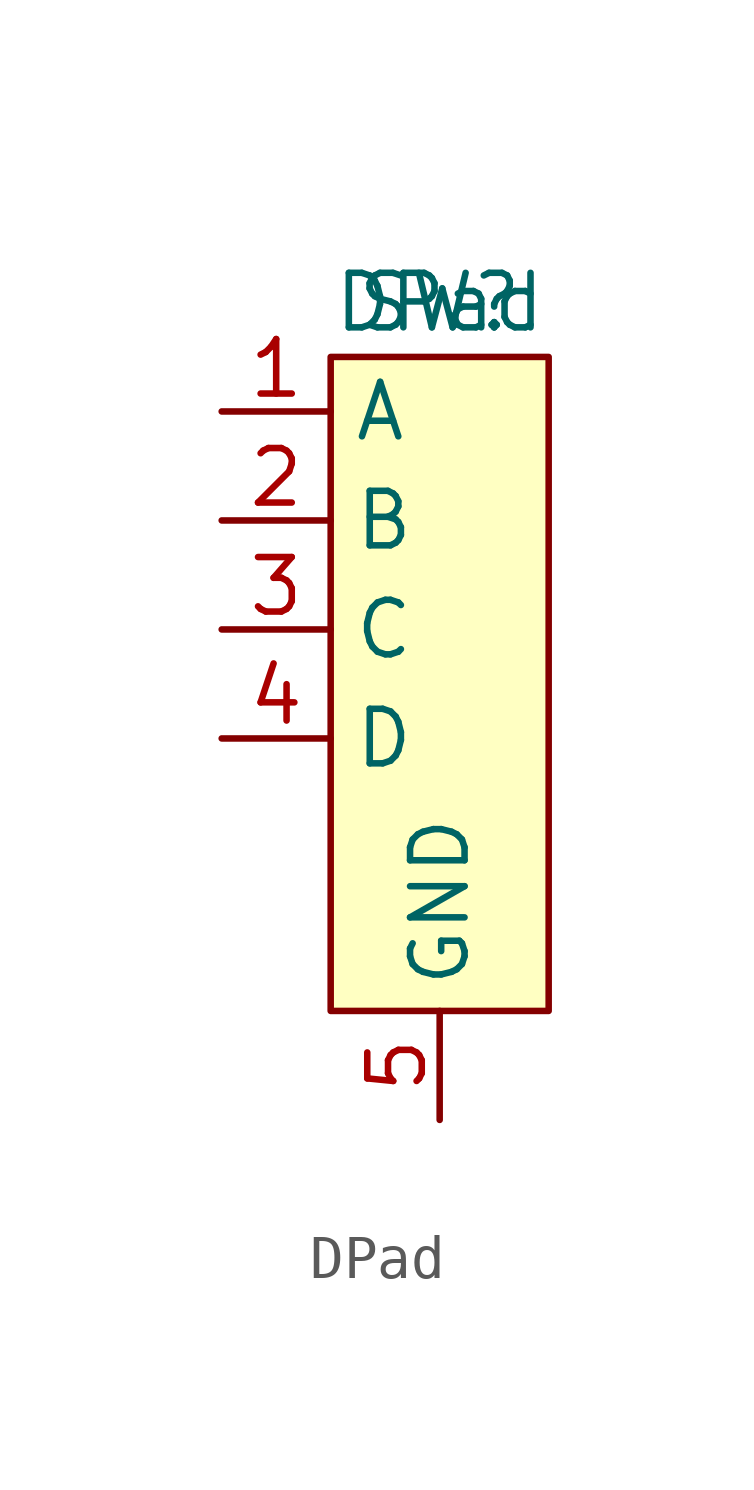
<source format=kicad_sym>
(kicad_symbol_lib
  (version 20220914)
  (generator kicad_symbol_editor)
  (symbol "DPad"
    (property "Reference" "SW"
      (at 0 0 0)
      (effects (font (size 1.27 1.27))))
    (property "Value" "DPad"
      (at 0 0 0)
      (effects (font (size 1.27 1.27))))
    (symbol "DPad_1_1"
      (rectangle (start -2.54 -1.27) (end 2.54 -16.51) (stroke (width 0) (type default)) (fill (type background)))
      (pin output line (at -5.08 -2.54 0) (length 2.54) (name "A" (effects (font (size 1.27 1.27)))) (number "1" (effects (font (size 1.27 1.27)))))
      (pin output line (at -5.08 -5.08 0) (length 2.54) (name "B" (effects (font (size 1.27 1.27)))) (number "2" (effects (font (size 1.27 1.27)))))
      (pin output line (at -5.08 -7.62 0) (length 2.54) (name "C" (effects (font (size 1.27 1.27)))) (number "3" (effects (font (size 1.27 1.27)))))
      (pin output line (at -5.08 -10.16 0) (length 2.54) (name "D" (effects (font (size 1.27 1.27)))) (number "4" (effects (font (size 1.27 1.27)))))
      (pin output line (at 0 -19.05 90) (length 2.54) (name "GND" (effects (font (size 1.27 1.27)))) (number "5" (effects (font (size 1.27 1.27))))))))
</source>
